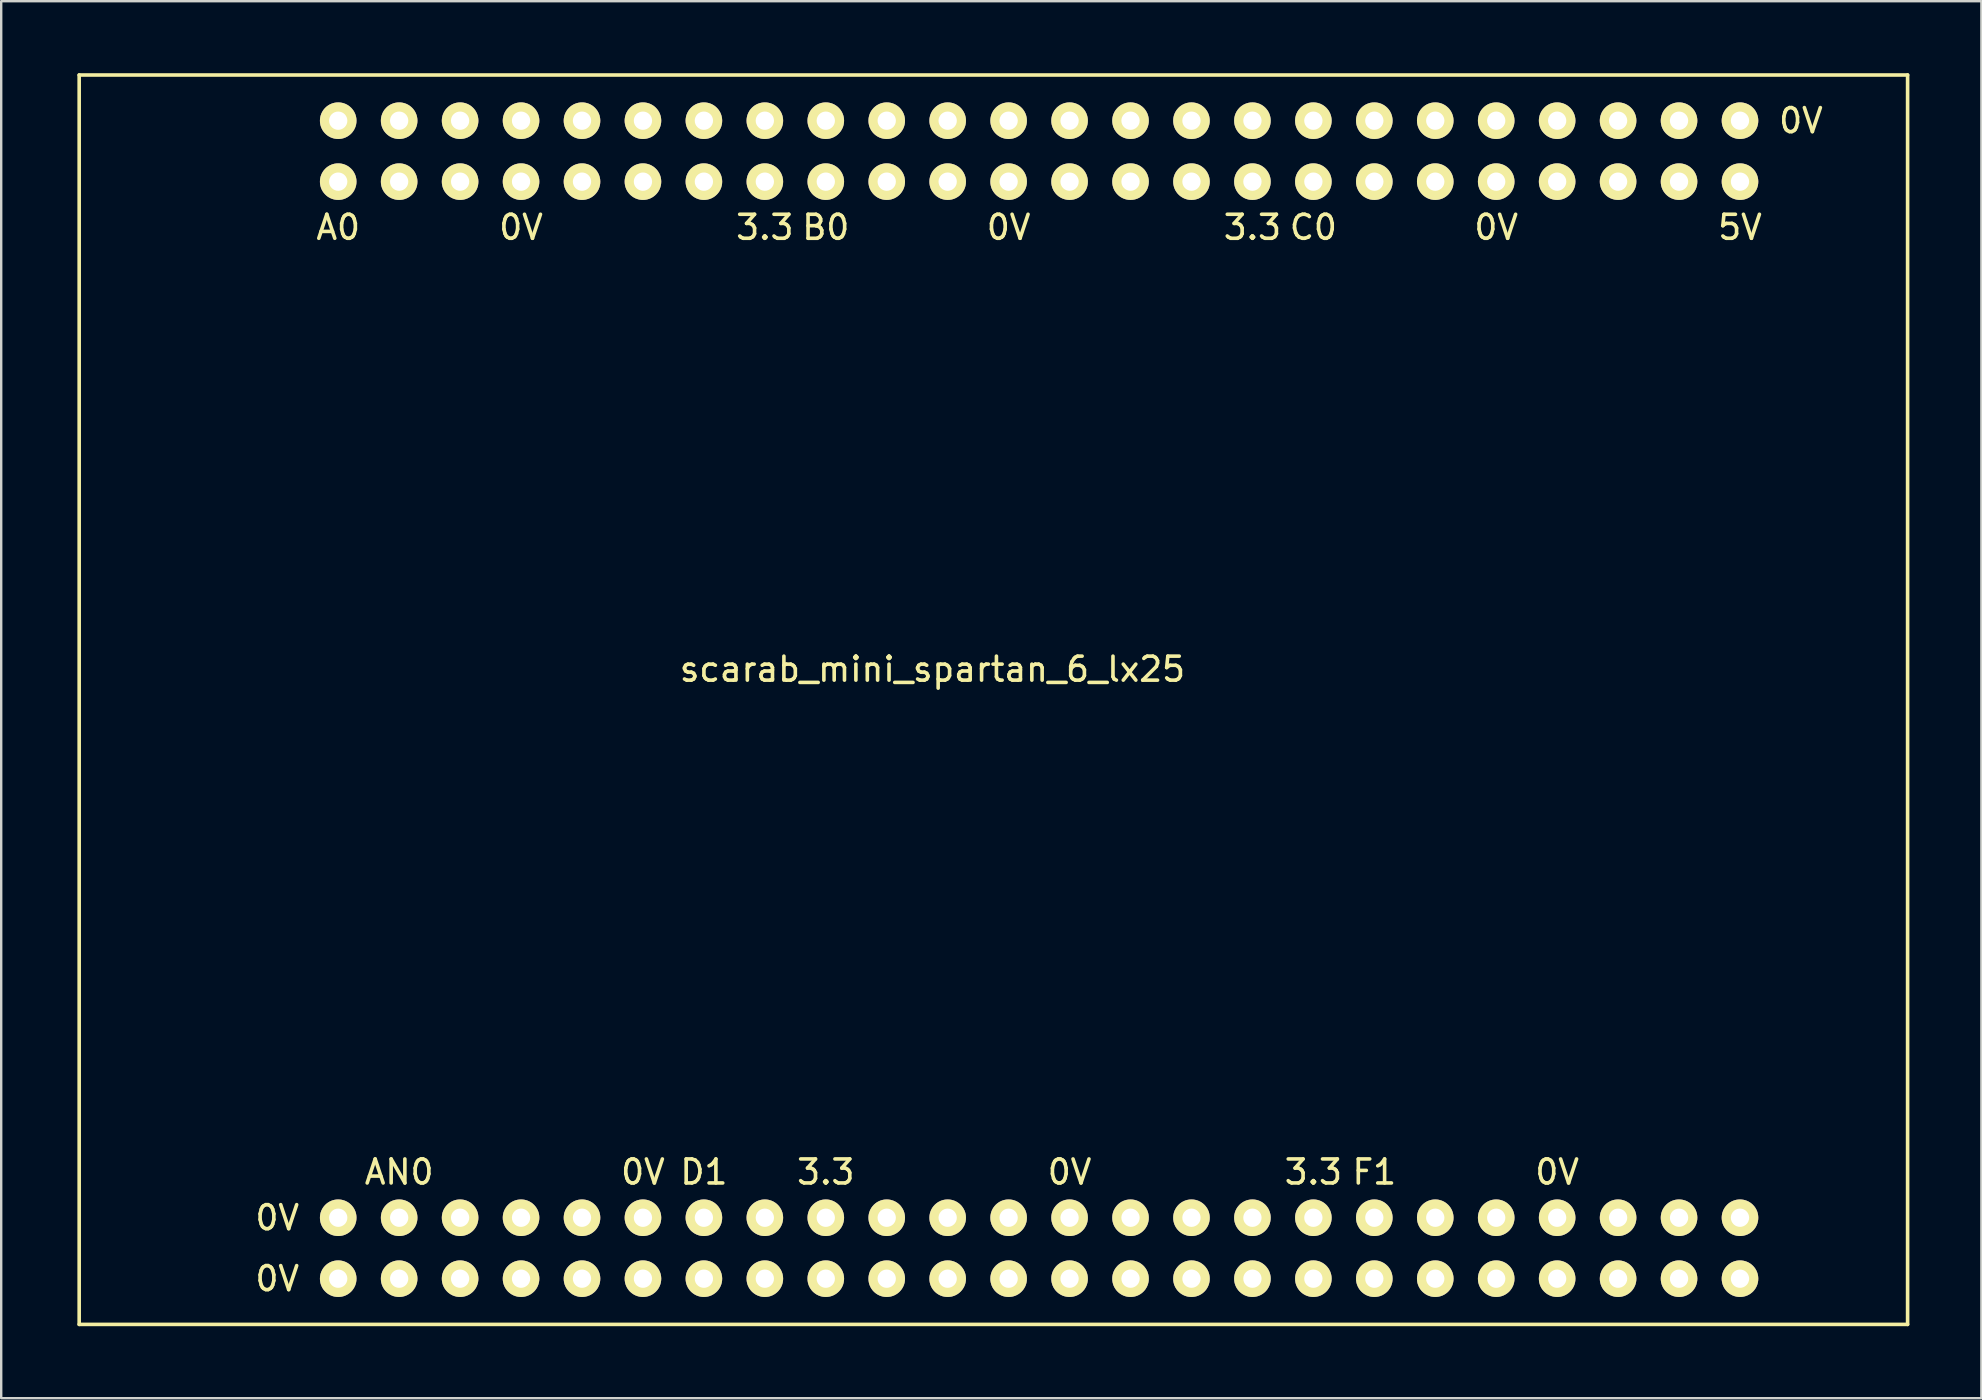
<source format=kicad_pcb>
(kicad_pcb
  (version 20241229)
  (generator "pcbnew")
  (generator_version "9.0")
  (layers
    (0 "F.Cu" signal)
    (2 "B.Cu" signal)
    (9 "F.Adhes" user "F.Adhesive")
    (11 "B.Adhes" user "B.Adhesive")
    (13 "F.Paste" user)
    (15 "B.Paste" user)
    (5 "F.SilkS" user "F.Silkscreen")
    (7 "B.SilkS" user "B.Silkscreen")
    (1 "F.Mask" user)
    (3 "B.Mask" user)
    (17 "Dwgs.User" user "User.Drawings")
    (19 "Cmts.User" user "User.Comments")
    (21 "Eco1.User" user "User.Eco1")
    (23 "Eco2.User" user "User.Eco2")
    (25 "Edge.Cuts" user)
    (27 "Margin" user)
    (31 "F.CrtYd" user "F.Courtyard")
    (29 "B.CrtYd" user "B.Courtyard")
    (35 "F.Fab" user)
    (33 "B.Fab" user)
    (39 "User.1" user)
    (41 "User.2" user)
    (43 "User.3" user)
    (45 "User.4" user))
  (footprint "scarab_mini_spartan_6_lx25"
    (layer "F.Cu")
    (at 0.25 51.51)
    (property "Reference" "scarab_mini_spartan_6_lx25" (at 35.56 -26.67 0) (layer "F.SilkS") (effects (font (size 1 1) (thickness 0.15))))
    (attr through_hole)
    (fp_line (start 0 -51.435) (end 76.2 -51.435) (stroke (width 0.15) (type solid)) (layer "F.SilkS"))
    (fp_line (start 0 0.635) (end 0 -51.435) (stroke (width 0.15) (type solid)) (layer "F.SilkS"))
    (fp_line (start 76.2 -51.435) (end 76.2 0.635) (stroke (width 0.15) (type solid)) (layer "F.SilkS"))
    (fp_line (start 76.2 0.635) (end 0 0.635) (stroke (width 0.15) (type solid)) (layer "F.SilkS"))
    (fp_text user "AN0" (at 13.335 -5.715 0) (layer "F.SilkS") (effects (font (size 1 1) (thickness 0.15))))
    (fp_text user "0V" (at 59.055 -45.085 0) (layer "F.SilkS") (effects (font (size 1 1) (thickness 0.15))))
    (fp_text user "0V" (at 8.255 -3.81 0) (layer "F.SilkS") (effects (font (size 1 1) (thickness 0.15))))
    (fp_text user "0V" (at 61.595 -5.715 0) (layer "F.SilkS") (effects (font (size 1 1) (thickness 0.15))))
    (fp_text user "C0" (at 51.435 -45.085 0) (layer "F.SilkS") (effects (font (size 1 1) (thickness 0.15))))
    (fp_text user "3.3" (at 28.575 -45.085 0) (layer "F.SilkS") (effects (font (size 1 1) (thickness 0.15))))
    (fp_text user "3.3" (at 51.435 -5.715 0) (layer "F.SilkS") (effects (font (size 1 1) (thickness 0.15))))
    (fp_text user "0V" (at 23.495 -5.715 0) (layer "F.SilkS") (effects (font (size 1 1) (thickness 0.15))))
    (fp_text user "B0" (at 31.115 -45.085 0) (layer "F.SilkS") (effects (font (size 1 1) (thickness 0.15))))
    (fp_text user "A0" (at 10.795 -45.085 0) (layer "F.SilkS") (effects (font (size 1 1) (thickness 0.15))))
    (fp_text user "D1" (at 26.035 -5.715 0) (layer "F.SilkS") (effects (font (size 1 1) (thickness 0.15))))
    (fp_text user "0V" (at 71.755 -49.53 0) (layer "F.SilkS") (effects (font (size 1 1) (thickness 0.15))))
    (fp_text user "F1" (at 53.975 -5.715 0) (layer "F.SilkS") (effects (font (size 1 1) (thickness 0.15))))
    (fp_text user "5V" (at 69.215 -45.085 0) (layer "F.SilkS") (effects (font (size 1 1) (thickness 0.15))))
    (fp_text user "0V" (at 41.275 -5.715 0) (layer "F.SilkS") (effects (font (size 1 1) (thickness 0.15))))
    (fp_text user "3.3" (at 31.115 -5.715 0) (layer "F.SilkS") (effects (font (size 1 1) (thickness 0.15))))
    (fp_text user "3.3" (at 48.895 -45.085 0) (layer "F.SilkS") (effects (font (size 1 1) (thickness 0.15))))
    (fp_text user "0V" (at 18.415 -45.085 0) (layer "F.SilkS") (effects (font (size 1 1) (thickness 0.15))))
    (fp_text user "0V" (at 38.735 -45.085 0) (layer "F.SilkS") (effects (font (size 1 1) (thickness 0.15))))
    (fp_text user "0V" (at 8.255 -1.27 0) (layer "F.SilkS") (effects (font (size 1 1) (thickness 0.15))))
    (pad "3V3a" thru_hole circle (at 18.415 -49.53) (size 1.524 1.524) (drill 0.762) (layers "*.Cu" "*.Mask" "F.SilkS"))
    (pad "3V3b" thru_hole circle (at 28.575 -46.99) (size 1.524 1.524) (drill 0.762) (layers "*.Cu" "*.Mask" "F.SilkS"))
    (pad "3V3c" thru_hole circle (at 38.735 -49.53) (size 1.524 1.524) (drill 0.762) (layers "*.Cu" "*.Mask" "F.SilkS"))
    (pad "3V3d" thru_hole circle (at 48.895 -46.99) (size 1.524 1.524) (drill 0.762) (layers "*.Cu" "*.Mask" "F.SilkS"))
    (pad "3V3e" thru_hole circle (at 59.055 -49.53) (size 1.524 1.524) (drill 0.762) (layers "*.Cu" "*.Mask" "F.SilkS"))
    (pad "3V3f" thru_hole circle (at 31.115 -3.81) (size 1.524 1.524) (drill 0.762) (layers "*.Cu" "*.Mask" "F.SilkS"))
    (pad "3V3g" thru_hole circle (at 41.275 -1.27) (size 1.524 1.524) (drill 0.762) (layers "*.Cu" "*.Mask" "F.SilkS"))
    (pad "3V3h" thru_hole circle (at 51.435 -3.81) (size 1.524 1.524) (drill 0.762) (layers "*.Cu" "*.Mask" "F.SilkS"))
    (pad "3V3i" thru_hole circle (at 61.595 -1.27) (size 1.524 1.524) (drill 0.762) (layers "*.Cu" "*.Mask" "F.SilkS"))
    (pad "5V0" thru_hole circle (at 69.215 -46.99) (size 1.524 1.524) (drill 0.762) (layers "*.Cu" "*.Mask" "F.SilkS"))
    (pad "A0" thru_hole circle (at 10.795 -46.99) (size 1.524 1.524) (drill 0.762) (layers "*.Cu" "*.Mask" "F.SilkS"))
    (pad "A1" thru_hole circle (at 10.795 -49.53) (size 1.524 1.524) (drill 0.762) (layers "*.Cu" "*.Mask" "F.SilkS"))
    (pad "A2" thru_hole circle (at 13.335 -46.99) (size 1.524 1.524) (drill 0.762) (layers "*.Cu" "*.Mask" "F.SilkS"))
    (pad "A3" thru_hole circle (at 13.335 -49.53) (size 1.524 1.524) (drill 0.762) (layers "*.Cu" "*.Mask" "F.SilkS"))
    (pad "A4" thru_hole circle (at 15.875 -46.99) (size 1.524 1.524) (drill 0.762) (layers "*.Cu" "*.Mask" "F.SilkS"))
    (pad "A5" thru_hole circle (at 15.875 -49.53) (size 1.524 1.524) (drill 0.762) (layers "*.Cu" "*.Mask" "F.SilkS"))
    (pad "A6" thru_hole circle (at 20.955 -46.99) (size 1.524 1.524) (drill 0.762) (layers "*.Cu" "*.Mask" "F.SilkS"))
    (pad "A7" thru_hole circle (at 20.955 -49.53) (size 1.524 1.524) (drill 0.762) (layers "*.Cu" "*.Mask" "F.SilkS"))
    (pad "A8" thru_hole circle (at 23.495 -46.99) (size 1.524 1.524) (drill 0.762) (layers "*.Cu" "*.Mask" "F.SilkS"))
    (pad "A9" thru_hole circle (at 23.495 -49.53) (size 1.524 1.524) (drill 0.762) (layers "*.Cu" "*.Mask" "F.SilkS"))
    (pad "A10" thru_hole circle (at 26.035 -46.99) (size 1.524 1.524) (drill 0.762) (layers "*.Cu" "*.Mask" "F.SilkS"))
    (pad "A11" thru_hole circle (at 26.035 -49.53) (size 1.524 1.524) (drill 0.762) (layers "*.Cu" "*.Mask" "F.SilkS"))
    (pad "AN0" thru_hole circle (at 13.335 -3.81) (size 1.524 1.524) (drill 0.762) (layers "*.Cu" "*.Mask" "F.SilkS"))
    (pad "AN1" thru_hole circle (at 13.335 -1.27) (size 1.524 1.524) (drill 0.762) (layers "*.Cu" "*.Mask" "F.SilkS"))
    (pad "AN2" thru_hole circle (at 15.875 -3.81) (size 1.524 1.524) (drill 0.762) (layers "*.Cu" "*.Mask" "F.SilkS"))
    (pad "AN3" thru_hole circle (at 15.875 -1.27) (size 1.524 1.524) (drill 0.762) (layers "*.Cu" "*.Mask" "F.SilkS"))
    (pad "AN4" thru_hole circle (at 18.415 -3.81) (size 1.524 1.524) (drill 0.762) (layers "*.Cu" "*.Mask" "F.SilkS"))
    (pad "AN5" thru_hole circle (at 18.415 -1.27) (size 1.524 1.524) (drill 0.762) (layers "*.Cu" "*.Mask" "F.SilkS"))
    (pad "AN6" thru_hole circle (at 20.955 -3.81) (size 1.524 1.524) (drill 0.762) (layers "*.Cu" "*.Mask" "F.SilkS"))
    (pad "AN7" thru_hole circle (at 20.955 -1.27) (size 1.524 1.524) (drill 0.762) (layers "*.Cu" "*.Mask" "F.SilkS"))
    (pad "B0" thru_hole circle (at 31.115 -46.99) (size 1.524 1.524) (drill 0.762) (layers "*.Cu" "*.Mask" "F.SilkS"))
    (pad "B1" thru_hole circle (at 31.115 -49.53) (size 1.524 1.524) (drill 0.762) (layers "*.Cu" "*.Mask" "F.SilkS"))
    (pad "B2" thru_hole circle (at 33.655 -46.99) (size 1.524 1.524) (drill 0.762) (layers "*.Cu" "*.Mask" "F.SilkS"))
    (pad "B3" thru_hole circle (at 33.655 -49.53) (size 1.524 1.524) (drill 0.762) (layers "*.Cu" "*.Mask" "F.SilkS"))
    (pad "B4" thru_hole circle (at 36.195 -46.99) (size 1.524 1.524) (drill 0.762) (layers "*.Cu" "*.Mask" "F.SilkS"))
    (pad "B5" thru_hole circle (at 36.195 -49.53) (size 1.524 1.524) (drill 0.762) (layers "*.Cu" "*.Mask" "F.SilkS"))
    (pad "B6" thru_hole circle (at 41.275 -46.99) (size 1.524 1.524) (drill 0.762) (layers "*.Cu" "*.Mask" "F.SilkS"))
    (pad "B7" thru_hole circle (at 41.275 -49.53) (size 1.524 1.524) (drill 0.762) (layers "*.Cu" "*.Mask" "F.SilkS"))
    (pad "B8" thru_hole circle (at 43.815 -46.99) (size 1.524 1.524) (drill 0.762) (layers "*.Cu" "*.Mask" "F.SilkS"))
    (pad "B9" thru_hole circle (at 43.815 -49.53) (size 1.524 1.524) (drill 0.762) (layers "*.Cu" "*.Mask" "F.SilkS"))
    (pad "B10" thru_hole circle (at 46.355 -46.99) (size 1.524 1.524) (drill 0.762) (layers "*.Cu" "*.Mask" "F.SilkS"))
    (pad "B11" thru_hole circle (at 46.355 -49.53) (size 1.524 1.524) (drill 0.762) (layers "*.Cu" "*.Mask" "F.SilkS"))
    (pad "C0" thru_hole circle (at 51.435 -46.99) (size 1.524 1.524) (drill 0.762) (layers "*.Cu" "*.Mask" "F.SilkS"))
    (pad "C1" thru_hole circle (at 51.435 -49.53) (size 1.524 1.524) (drill 0.762) (layers "*.Cu" "*.Mask" "F.SilkS"))
    (pad "C2" thru_hole circle (at 53.975 -46.99) (size 1.524 1.524) (drill 0.762) (layers "*.Cu" "*.Mask" "F.SilkS"))
    (pad "C3" thru_hole circle (at 53.975 -49.53) (size 1.524 1.524) (drill 0.762) (layers "*.Cu" "*.Mask" "F.SilkS"))
    (pad "C4" thru_hole circle (at 56.515 -46.99) (size 1.524 1.524) (drill 0.762) (layers "*.Cu" "*.Mask" "F.SilkS"))
    (pad "C5" thru_hole circle (at 56.515 -49.53) (size 1.524 1.524) (drill 0.762) (layers "*.Cu" "*.Mask" "F.SilkS"))
    (pad "C6" thru_hole circle (at 61.595 -46.99) (size 1.524 1.524) (drill 0.762) (layers "*.Cu" "*.Mask" "F.SilkS"))
    (pad "C7" thru_hole circle (at 61.595 -49.53) (size 1.524 1.524) (drill 0.762) (layers "*.Cu" "*.Mask" "F.SilkS"))
    (pad "C8" thru_hole circle (at 64.135 -46.99) (size 1.524 1.524) (drill 0.762) (layers "*.Cu" "*.Mask" "F.SilkS"))
    (pad "C9" thru_hole circle (at 64.135 -49.53) (size 1.524 1.524) (drill 0.762) (layers "*.Cu" "*.Mask" "F.SilkS"))
    (pad "C10" thru_hole circle (at 66.675 -46.99) (size 1.524 1.524) (drill 0.762) (layers "*.Cu" "*.Mask" "F.SilkS"))
    (pad "C11" thru_hole circle (at 66.675 -49.53) (size 1.524 1.524) (drill 0.762) (layers "*.Cu" "*.Mask" "F.SilkS"))
    (pad "D0" thru_hole circle (at 26.035 -1.27) (size 1.524 1.524) (drill 0.762) (layers "*.Cu" "*.Mask" "F.SilkS"))
    (pad "D1" thru_hole circle (at 26.035 -3.81) (size 1.524 1.524) (drill 0.762) (layers "*.Cu" "*.Mask" "F.SilkS"))
    (pad "D2" thru_hole circle (at 28.575 -1.27) (size 1.524 1.524) (drill 0.762) (layers "*.Cu" "*.Mask" "F.SilkS"))
    (pad "D3" thru_hole circle (at 28.575 -3.81) (size 1.524 1.524) (drill 0.762) (layers "*.Cu" "*.Mask" "F.SilkS"))
    (pad "E0" thru_hole circle (at 33.655 -1.27) (size 1.524 1.524) (drill 0.762) (layers "*.Cu" "*.Mask" "F.SilkS"))
    (pad "E1" thru_hole circle (at 33.655 -3.81) (size 1.524 1.524) (drill 0.762) (layers "*.Cu" "*.Mask" "F.SilkS"))
    (pad "E2" thru_hole circle (at 36.195 -1.27) (size 1.524 1.524) (drill 0.762) (layers "*.Cu" "*.Mask" "F.SilkS"))
    (pad "E3" thru_hole circle (at 36.195 -3.81) (size 1.524 1.524) (drill 0.762) (layers "*.Cu" "*.Mask" "F.SilkS"))
    (pad "E4" thru_hole circle (at 38.735 -1.27) (size 1.524 1.524) (drill 0.762) (layers "*.Cu" "*.Mask" "F.SilkS"))
    (pad "E5" thru_hole circle (at 38.735 -3.81) (size 1.524 1.524) (drill 0.762) (layers "*.Cu" "*.Mask" "F.SilkS"))
    (pad "E6" thru_hole circle (at 43.815 -1.27) (size 1.524 1.524) (drill 0.762) (layers "*.Cu" "*.Mask" "F.SilkS"))
    (pad "E7" thru_hole circle (at 43.815 -3.81) (size 1.524 1.524) (drill 0.762) (layers "*.Cu" "*.Mask" "F.SilkS"))
    (pad "E8" thru_hole circle (at 46.355 -1.27) (size 1.524 1.524) (drill 0.762) (layers "*.Cu" "*.Mask" "F.SilkS"))
    (pad "E9" thru_hole circle (at 46.355 -3.81) (size 1.524 1.524) (drill 0.762) (layers "*.Cu" "*.Mask" "F.SilkS"))
    (pad "E10" thru_hole circle (at 48.895 -1.27) (size 1.524 1.524) (drill 0.762) (layers "*.Cu" "*.Mask" "F.SilkS"))
    (pad "E11" thru_hole circle (at 48.895 -3.81) (size 1.524 1.524) (drill 0.762) (layers "*.Cu" "*.Mask" "F.SilkS"))
    (pad "F0" thru_hole circle (at 53.975 -1.27) (size 1.524 1.524) (drill 0.762) (layers "*.Cu" "*.Mask" "F.SilkS"))
    (pad "F1" thru_hole circle (at 53.975 -3.81) (size 1.524 1.524) (drill 0.762) (layers "*.Cu" "*.Mask" "F.SilkS"))
    (pad "F2" thru_hole circle (at 56.515 -1.27) (size 1.524 1.524) (drill 0.762) (layers "*.Cu" "*.Mask" "F.SilkS"))
    (pad "F3" thru_hole circle (at 56.515 -3.81) (size 1.524 1.524) (drill 0.762) (layers "*.Cu" "*.Mask" "F.SilkS"))
    (pad "F4" thru_hole circle (at 59.055 -1.27) (size 1.524 1.524) (drill 0.762) (layers "*.Cu" "*.Mask" "F.SilkS"))
    (pad "F5" thru_hole circle (at 59.055 -3.81) (size 1.524 1.524) (drill 0.762) (layers "*.Cu" "*.Mask" "F.SilkS"))
    (pad "F6" thru_hole circle (at 64.135 -1.27) (size 1.524 1.524) (drill 0.762) (layers "*.Cu" "*.Mask" "F.SilkS"))
    (pad "F7" thru_hole circle (at 64.135 -3.81) (size 1.524 1.524) (drill 0.762) (layers "*.Cu" "*.Mask" "F.SilkS"))
    (pad "F8" thru_hole circle (at 66.675 -1.27) (size 1.524 1.524) (drill 0.762) (layers "*.Cu" "*.Mask" "F.SilkS"))
    (pad "F9" thru_hole circle (at 66.675 -3.81) (size 1.524 1.524) (drill 0.762) (layers "*.Cu" "*.Mask" "F.SilkS"))
    (pad "F10" thru_hole circle (at 69.215 -1.27) (size 1.524 1.524) (drill 0.762) (layers "*.Cu" "*.Mask" "F.SilkS"))
    (pad "F11" thru_hole circle (at 69.215 -3.81) (size 1.524 1.524) (drill 0.762) (layers "*.Cu" "*.Mask" "F.SilkS"))
    (pad "GNDa" thru_hole circle (at 18.415 -46.99) (size 1.524 1.524) (drill 0.762) (layers "*.Cu" "*.Mask" "F.SilkS"))
    (pad "GNDb" thru_hole circle (at 28.575 -49.53) (size 1.524 1.524) (drill 0.762) (layers "*.Cu" "*.Mask" "F.SilkS"))
    (pad "GNDc" thru_hole circle (at 38.735 -46.99) (size 1.524 1.524) (drill 0.762) (layers "*.Cu" "*.Mask" "F.SilkS"))
    (pad "GNDd" thru_hole circle (at 48.895 -49.53) (size 1.524 1.524) (drill 0.762) (layers "*.Cu" "*.Mask" "F.SilkS"))
    (pad "GNDe" thru_hole circle (at 59.055 -46.99) (size 1.524 1.524) (drill 0.762) (layers "*.Cu" "*.Mask" "F.SilkS"))
    (pad "GNDf" thru_hole circle (at 69.215 -49.53) (size 1.524 1.524) (drill 0.762) (layers "*.Cu" "*.Mask" "F.SilkS"))
    (pad "GNDg" thru_hole circle (at 10.795 -3.81) (size 1.524 1.524) (drill 0.762) (layers "*.Cu" "*.Mask" "F.SilkS"))
    (pad "GNDh" thru_hole circle (at 10.795 -1.27) (size 1.524 1.524) (drill 0.762) (layers "*.Cu" "*.Mask" "F.SilkS"))
    (pad "GNDi" thru_hole circle (at 23.495 -1.27) (size 1.524 1.524) (drill 0.762) (layers "*.Cu" "*.Mask" "F.SilkS"))
    (pad "GNDj" thru_hole circle (at 23.495 -3.81) (size 1.524 1.524) (drill 0.762) (layers "*.Cu" "*.Mask" "F.SilkS"))
    (pad "GNDk" thru_hole circle (at 31.115 -1.27) (size 1.524 1.524) (drill 0.762) (layers "*.Cu" "*.Mask" "F.SilkS"))
    (pad "GNDl" thru_hole circle (at 41.275 -3.81) (size 1.524 1.524) (drill 0.762) (layers "*.Cu" "*.Mask" "F.SilkS"))
    (pad "GNDm" thru_hole circle (at 51.435 -1.27) (size 1.524 1.524) (drill 0.762) (layers "*.Cu" "*.Mask" "F.SilkS"))
    (pad "GNDn" thru_hole circle (at 61.595 -3.81) (size 1.524 1.524) (drill 0.762) (layers "*.Cu" "*.Mask" "F.SilkS")))
  (gr_rect
    (start -3 -3)
    (end 79.525 55.22)
    (stroke (width 0.1) (type default))
    (fill no)
    (layer "Edge.Cuts")))
</source>
